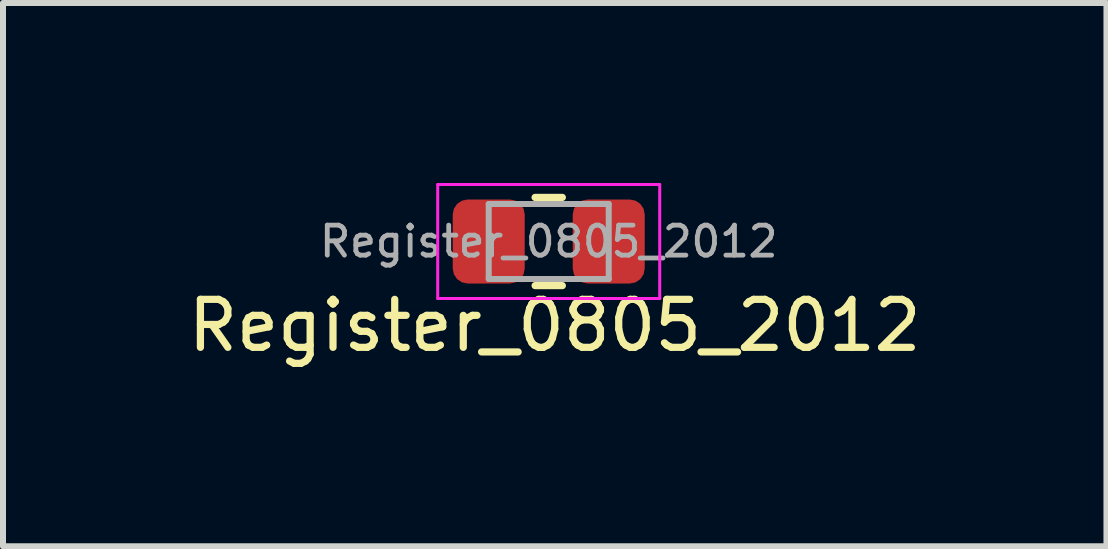
<source format=kicad_pcb>
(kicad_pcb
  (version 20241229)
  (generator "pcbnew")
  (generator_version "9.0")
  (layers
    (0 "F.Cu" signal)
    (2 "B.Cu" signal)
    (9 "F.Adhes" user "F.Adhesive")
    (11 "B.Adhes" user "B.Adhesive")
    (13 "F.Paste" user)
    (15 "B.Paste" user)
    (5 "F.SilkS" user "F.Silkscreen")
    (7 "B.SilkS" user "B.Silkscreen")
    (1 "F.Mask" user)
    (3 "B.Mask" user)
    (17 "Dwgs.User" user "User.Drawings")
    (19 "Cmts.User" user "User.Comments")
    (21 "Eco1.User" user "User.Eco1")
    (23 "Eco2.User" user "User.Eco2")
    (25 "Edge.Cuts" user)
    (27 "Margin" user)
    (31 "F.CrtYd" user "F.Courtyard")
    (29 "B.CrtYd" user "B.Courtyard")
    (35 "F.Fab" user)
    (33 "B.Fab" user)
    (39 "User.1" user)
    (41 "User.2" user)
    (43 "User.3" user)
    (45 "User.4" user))
  (footprint "Register_0805_2012"
    (layer "F.Cu")
    (at 6.195 0.875)
    (property "Reference" "Register_0805_2012" (at 0 1.5 180) (layer "F.SilkS") (effects (font (size 0.8 0.8) (thickness 0.12))))
    (attr smd)
    (fp_line (start -0.327 -0.635) (end 0.127 -0.635) (stroke (width 0.12) (type solid)) (layer "F.SilkS"))
    (fp_line (start -0.327 0.835) (end 0.127 0.835) (stroke (width 0.12) (type solid)) (layer "F.SilkS"))
    (fp_line (start -1.95 -0.85) (end 1.75 -0.85) (stroke (width 0.05) (type solid)) (layer "F.CrtYd"))
    (fp_line (start -1.95 1.05) (end -1.95 -0.85) (stroke (width 0.05) (type solid)) (layer "F.CrtYd"))
    (fp_line (start 1.75 -0.85) (end 1.75 1.05) (stroke (width 0.05) (type solid)) (layer "F.CrtYd"))
    (fp_line (start 1.75 1.05) (end -1.95 1.05) (stroke (width 0.05) (type solid)) (layer "F.CrtYd"))
    (fp_line (start -1.1 -0.525) (end 0.9 -0.525) (stroke (width 0.1) (type solid)) (layer "F.Fab"))
    (fp_line (start -1.1 0.725) (end -1.1 -0.525) (stroke (width 0.1) (type solid)) (layer "F.Fab"))
    (fp_line (start 0.9 -0.525) (end 0.9 0.725) (stroke (width 0.1) (type solid)) (layer "F.Fab"))
    (fp_line (start 0.9 0.725) (end -1.1 0.725) (stroke (width 0.1) (type solid)) (layer "F.Fab"))
    (fp_text user "${REFERENCE}" (at -0.1 0.1 0) (layer "F.Fab") (effects (font (size 0.5 0.5) (thickness 0.08))))
    (pad "1" smd roundrect (at -1.1 0.1) (size 1.2 1.4) (layers "F.Cu" "F.Mask" "F.Paste") (roundrect_rratio 0.208))
    (pad "2" smd roundrect (at 0.9 0.1) (size 1.2 1.4) (layers "F.Cu" "F.Mask" "F.Paste") (roundrect_rratio 0.208)))
  (gr_rect
    (start -3 -3)
    (end 15.39 6.054)
    (stroke (width 0.1) (type default))
    (fill no)
    (layer "Edge.Cuts")))
</source>
